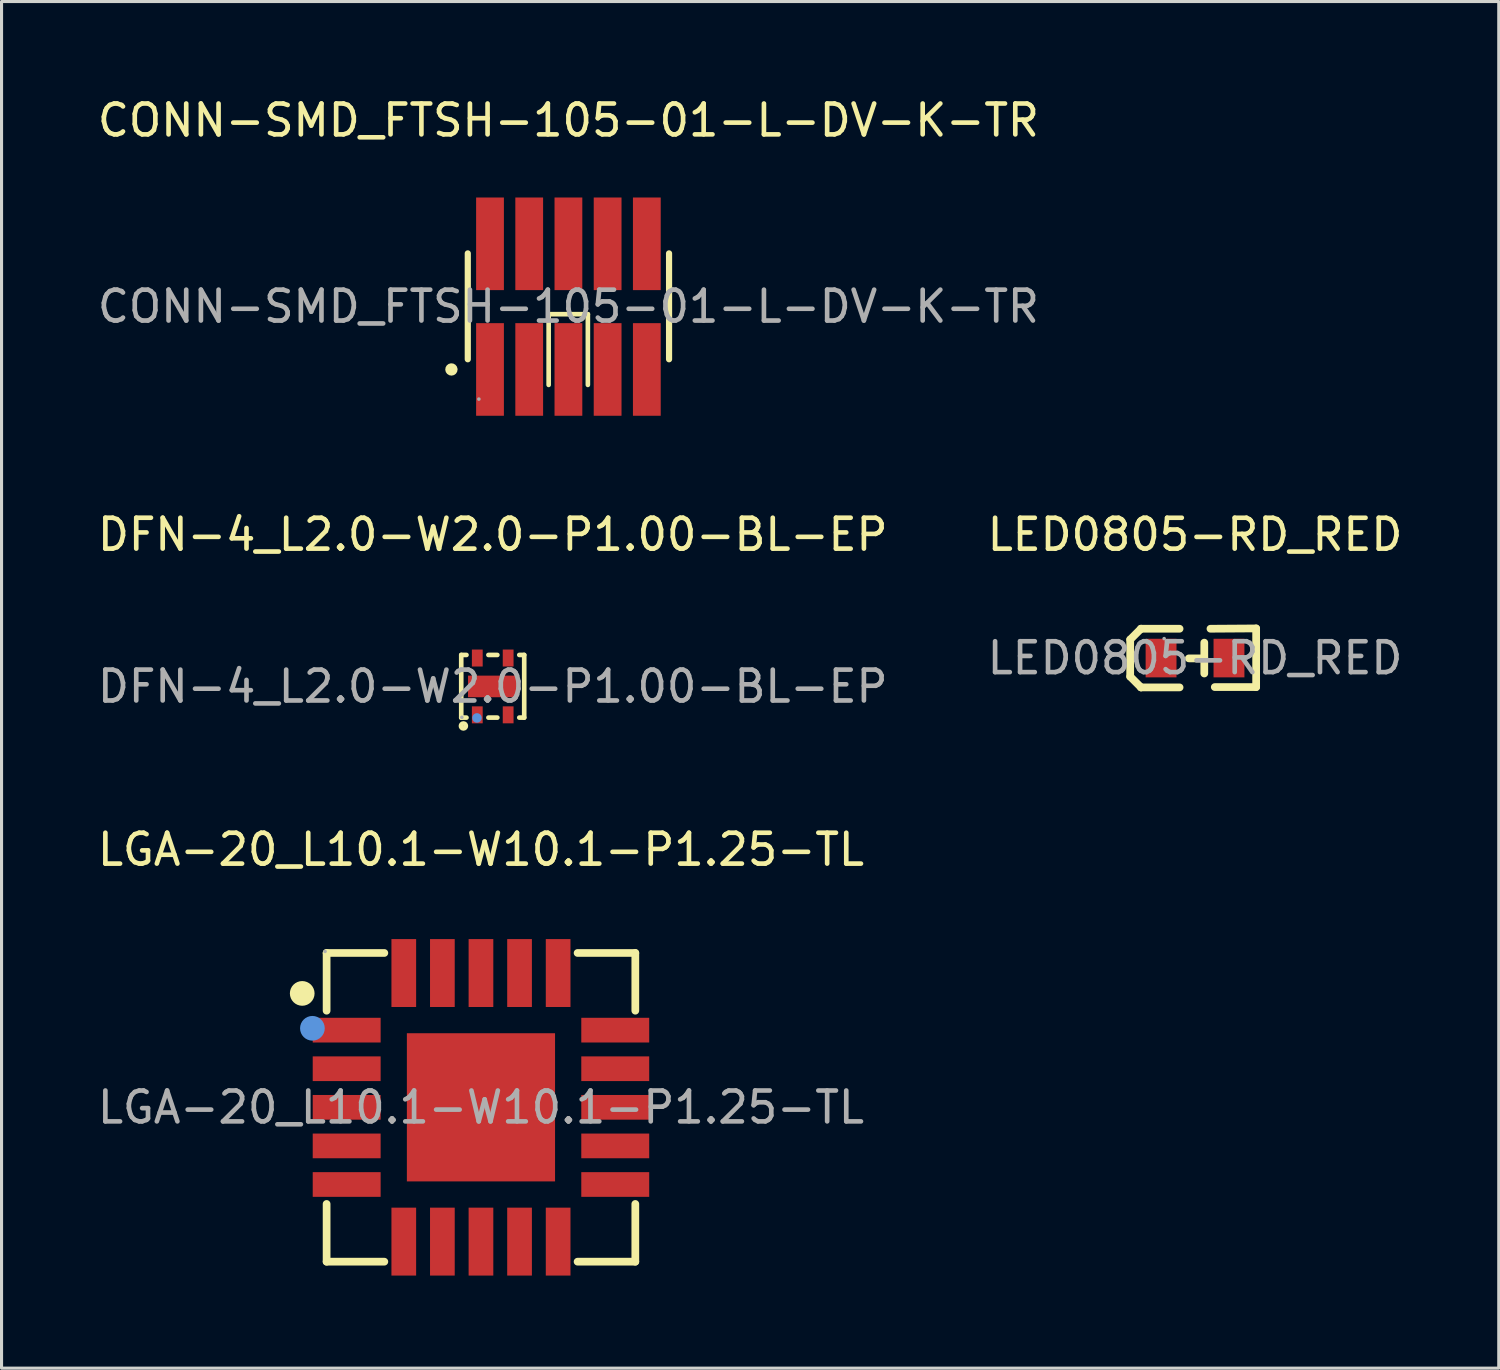
<source format=kicad_pcb>
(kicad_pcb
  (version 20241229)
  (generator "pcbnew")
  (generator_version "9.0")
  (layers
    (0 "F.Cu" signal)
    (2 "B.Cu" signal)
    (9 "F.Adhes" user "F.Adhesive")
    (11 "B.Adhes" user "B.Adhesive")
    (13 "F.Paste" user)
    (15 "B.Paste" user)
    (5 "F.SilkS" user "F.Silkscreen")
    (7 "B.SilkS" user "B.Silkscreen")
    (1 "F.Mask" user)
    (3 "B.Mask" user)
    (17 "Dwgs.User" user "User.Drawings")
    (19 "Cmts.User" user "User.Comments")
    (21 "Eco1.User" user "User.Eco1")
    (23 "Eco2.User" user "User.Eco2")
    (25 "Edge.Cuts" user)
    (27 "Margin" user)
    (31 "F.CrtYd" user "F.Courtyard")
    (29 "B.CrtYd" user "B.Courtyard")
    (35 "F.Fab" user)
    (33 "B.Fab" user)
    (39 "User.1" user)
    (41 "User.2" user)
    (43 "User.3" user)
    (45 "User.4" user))
  (footprint "LED0805-RD_RED"
    (layer "F.Cu")
    (at 35.661 18.267)
    (property "Reference" "LED0805-RD_RED" (at 0 -4 0) (layer "F.SilkS") (effects (font (size 1 1) (thickness 0.15))))
    (attr smd)
    (fp_line (start -2.1 -0.6) (end -2.1 0.6) (stroke (width 0.25) (type solid)) (layer "F.SilkS"))
    (fp_line (start -1.75 -0.95) (end -2.1 -0.6) (stroke (width 0.25) (type solid)) (layer "F.SilkS"))
    (fp_line (start -1.75 -0.95) (end -1.75 -0.95) (stroke (width 0.25) (type solid)) (layer "F.SilkS"))
    (fp_line (start -1.75 0.95) (end -2.1 0.6) (stroke (width 0.25) (type solid)) (layer "F.SilkS"))
    (fp_line (start -1.75 0.95) (end -1.75 0.95) (stroke (width 0.25) (type solid)) (layer "F.SilkS"))
    (fp_line (start -0.5 -0.95) (end -1.75 -0.95) (stroke (width 0.25) (type solid)) (layer "F.SilkS"))
    (fp_line (start -0.5 0.95) (end -1.75 0.95) (stroke (width 0.25) (type solid)) (layer "F.SilkS"))
    (fp_line (start 0.3 -0.5) (end 0.3 0.5) (stroke (width 0.25) (type solid)) (layer "F.SilkS"))
    (fp_line (start 0.3 0.01) (end -0.2 0.01) (stroke (width 0.25) (type solid)) (layer "F.SilkS"))
    (fp_line (start 0.5 -0.95) (end 1.98 -0.96) (stroke (width 0.25) (type solid)) (layer "F.SilkS"))
    (fp_line (start 0.64 0.94) (end 1.98 0.94) (stroke (width 0.25) (type solid)) (layer "F.SilkS"))
    (fp_line (start 1.98 -0.96) (end 1.98 0.94) (stroke (width 0.25) (type solid)) (layer "F.SilkS"))
    (fp_circle (center -1 -0.63) (end -0.97 -0.63) (stroke (width 0.06) (type solid)) (fill no) (layer "F.Fab"))
    (fp_text user "${REFERENCE}" (at 0 0 0) (layer "F.Fab") (effects (font (size 1 1) (thickness 0.15))))
    (pad "1" smd rect (at -1.1 0 180) (size 1 1.25) (layers "F.Cu" "F.Mask" "F.Paste"))
    (pad "2" smd rect (at 1.1 0 180) (size 1 1.25) (layers "F.Cu" "F.Mask" "F.Paste")))
  (footprint "CONN-SMD_FTSH-105-01-L-DV-K-TR"
    (layer "F.Cu")
    (at 15.363 6.878)
    (property "Reference" "CONN-SMD_FTSH-105-01-L-DV-K-TR" (at 0 -6.03 0) (layer "F.SilkS") (effects (font (size 1 1) (thickness 0.15))))
    (attr smd)
    (fp_line (start -3.26 1.71) (end -3.26 -1.72) (stroke (width 0.2) (type solid)) (layer "F.SilkS"))
    (fp_line (start -0.64 0.25) (end 0.63 0.25) (stroke (width 0.15) (type solid)) (layer "F.SilkS"))
    (fp_line (start -0.64 2.54) (end -0.64 0.25) (stroke (width 0.15) (type solid)) (layer "F.SilkS"))
    (fp_line (start 0.63 0.25) (end 0.63 2.54) (stroke (width 0.15) (type solid)) (layer "F.SilkS"))
    (fp_line (start 3.26 1.71) (end 3.26 -1.72) (stroke (width 0.2) (type solid)) (layer "F.SilkS"))
    (fp_arc (start -3.69 2.04) (mid -3.889875 2.044998) (end -3.6905 2.030016) (stroke (width 0.2) (type solid)) (layer "F.SilkS"))
    (fp_circle (center -2.9 3) (end -2.87 3) (stroke (width 0.06) (type solid)) (fill no) (layer "F.Fab"))
    (fp_text user "${REFERENCE}" (at 0 0 0) (layer "F.Fab") (effects (font (size 1 1) (thickness 0.15))))
    (pad "1" smd rect (at -2.54 2.04) (size 0.9 3) (layers "F.Cu" "F.Mask" "F.Paste"))
    (pad "2" smd rect (at -2.54 -2.03) (size 0.9 3) (layers "F.Cu" "F.Mask" "F.Paste"))
    (pad "3" smd rect (at -1.27 2.04) (size 0.9 3) (layers "F.Cu" "F.Mask" "F.Paste"))
    (pad "4" smd rect (at -1.27 -2.03) (size 0.9 3) (layers "F.Cu" "F.Mask" "F.Paste"))
    (pad "5" smd rect (at 0 2.04) (size 0.9 3) (layers "F.Cu" "F.Mask" "F.Paste"))
    (pad "6" smd rect (at 0 -2.03) (size 0.9 3) (layers "F.Cu" "F.Mask" "F.Paste"))
    (pad "7" smd rect (at 1.27 2.04) (size 0.9 3) (layers "F.Cu" "F.Mask" "F.Paste"))
    (pad "8" smd rect (at 1.27 -2.03) (size 0.9 3) (layers "F.Cu" "F.Mask" "F.Paste"))
    (pad "9" smd rect (at 2.54 2.04) (size 0.9 3) (layers "F.Cu" "F.Mask" "F.Paste"))
    (pad "10" smd rect (at 2.54 -2.03) (size 0.9 3) (layers "F.Cu" "F.Mask" "F.Paste")))
  (footprint "DFN-4_L2.0-W2.0-P1.00-BL-EP"
    (layer "F.Cu")
    (at 12.911 19.186)
    (property "Reference" "DFN-4_L2.0-W2.0-P1.00-BL-EP" (at 0 -4.92 0) (layer "F.SilkS") (effects (font (size 1 1) (thickness 0.15))))
    (attr smd)
    (fp_line (start -1.02 -1.02) (end -1.02 1.01) (stroke (width 0.15) (type solid)) (layer "F.SilkS"))
    (fp_line (start -1.02 1.01) (end -0.85 1.01) (stroke (width 0.15) (type solid)) (layer "F.SilkS"))
    (fp_line (start -0.85 -1.02) (end -1.02 -1.02) (stroke (width 0.15) (type solid)) (layer "F.SilkS"))
    (fp_line (start -0.14 1.01) (end 0.15 1.01) (stroke (width 0.15) (type solid)) (layer "F.SilkS"))
    (fp_line (start 0.15 -1.02) (end -0.14 -1.02) (stroke (width 0.15) (type solid)) (layer "F.SilkS"))
    (fp_line (start 0.86 1.01) (end 1.02 1.01) (stroke (width 0.15) (type solid)) (layer "F.SilkS"))
    (fp_line (start 1.02 -1.02) (end 0.86 -1.02) (stroke (width 0.15) (type solid)) (layer "F.SilkS"))
    (fp_line (start 1.02 1.01) (end 1.02 -1.02) (stroke (width 0.15) (type solid)) (layer "F.SilkS"))
    (fp_circle (center -0.95 1.28) (end -0.87 1.28) (stroke (width 0.15) (type solid)) (fill no) (layer "F.SilkS"))
    (fp_circle (center -0.51 1.02) (end -0.43 1.02) (stroke (width 0.15) (type solid)) (fill no) (layer "Cmts.User"))
    (fp_circle (center -1 1) (end -0.97 1) (stroke (width 0.06) (type solid)) (fill no) (layer "F.Fab"))
    (fp_text user "${REFERENCE}" (at 0 0 0) (layer "F.Fab") (effects (font (size 1 1) (thickness 0.15))))
    (pad "1" smd rect (at -0.5 0.92) (size 0.35 0.55) (layers "F.Cu" "F.Mask" "F.Paste"))
    (pad "2" smd rect (at 0.5 0.92) (size 0.35 0.55) (layers "F.Cu" "F.Mask" "F.Paste"))
    (pad "3" smd rect (at 0.5 -0.92) (size 0.35 0.55) (layers "F.Cu" "F.Mask" "F.Paste"))
    (pad "4" smd rect (at -0.5 -0.92) (size 0.35 0.55) (layers "F.Cu" "F.Mask" "F.Paste"))
    (pad "5" smd rect (at 0 0) (size 1.6 0.7) (layers "F.Cu" "F.Mask" "F.Paste")))
  (footprint "LGA-20_L10.1-W10.1-P1.25-TL"
    (layer "F.Cu")
    (at 12.53 32.82)
    (property "Reference" "LGA-20_L10.1-W10.1-P1.25-TL" (at 0 -8.35 0) (layer "F.SilkS") (effects (font (size 1 1) (thickness 0.15))))
    (attr smd)
    (fp_line (start -5 -5) (end -3.13 -5) (stroke (width 0.25) (type solid)) (layer "F.SilkS"))
    (fp_line (start -5 -3.13) (end -5 -5) (stroke (width 0.25) (type solid)) (layer "F.SilkS"))
    (fp_line (start -5 5) (end -5 3.13) (stroke (width 0.25) (type solid)) (layer "F.SilkS"))
    (fp_line (start -3.13 5) (end -5 5) (stroke (width 0.25) (type solid)) (layer "F.SilkS"))
    (fp_line (start 3.13 -5) (end 5 -5) (stroke (width 0.25) (type solid)) (layer "F.SilkS"))
    (fp_line (start 5 -5) (end 5 -3.13) (stroke (width 0.25) (type solid)) (layer "F.SilkS"))
    (fp_line (start 5 3.13) (end 5 5) (stroke (width 0.25) (type solid)) (layer "F.SilkS"))
    (fp_line (start 5 5) (end 3.13 5) (stroke (width 0.25) (type solid)) (layer "F.SilkS"))
    (fp_circle (center -5.79 -3.69) (end -5.59 -3.69) (stroke (width 0.4) (type solid)) (fill no) (layer "F.SilkS"))
    (fp_circle (center -5.46 -2.56) (end -5.26 -2.56) (stroke (width 0.4) (type solid)) (fill no) (layer "Cmts.User"))
    (fp_circle (center -5.05 -5.05) (end -5.02 -5.05) (stroke (width 0.06) (type solid)) (fill no) (layer "F.Fab"))
    (fp_text user "${REFERENCE}" (at 0 0 0) (layer "F.Fab") (effects (font (size 1 1) (thickness 0.15))))
    (pad "1" smd rect (at -4.35 -2.5) (size 2.2 0.8) (layers "F.Cu" "F.Mask" "F.Paste"))
    (pad "2" smd rect (at -4.35 -1.25) (size 2.2 0.8) (layers "F.Cu" "F.Mask" "F.Paste"))
    (pad "3" smd rect (at -4.35 0) (size 2.2 0.8) (layers "F.Cu" "F.Mask" "F.Paste"))
    (pad "4" smd rect (at -4.35 1.25) (size 2.2 0.8) (layers "F.Cu" "F.Mask" "F.Paste"))
    (pad "5" smd rect (at -4.35 2.5) (size 2.2 0.8) (layers "F.Cu" "F.Mask" "F.Paste"))
    (pad "6" smd rect (at -2.5 4.35 90) (size 2.2 0.8) (layers "F.Cu" "F.Mask" "F.Paste"))
    (pad "7" smd rect (at -1.25 4.35 90) (size 2.2 0.8) (layers "F.Cu" "F.Mask" "F.Paste"))
    (pad "8" smd rect (at 0 4.35 90) (size 2.2 0.8) (layers "F.Cu" "F.Mask" "F.Paste"))
    (pad "9" smd rect (at 1.25 4.35 90) (size 2.2 0.8) (layers "F.Cu" "F.Mask" "F.Paste"))
    (pad "10" smd rect (at 2.5 4.35 90) (size 2.2 0.8) (layers "F.Cu" "F.Mask" "F.Paste"))
    (pad "11" smd rect (at 4.35 2.5 180) (size 2.2 0.8) (layers "F.Cu" "F.Mask" "F.Paste"))
    (pad "12" smd rect (at 4.35 1.25 180) (size 2.2 0.8) (layers "F.Cu" "F.Mask" "F.Paste"))
    (pad "13" smd rect (at 4.35 0 180) (size 2.2 0.8) (layers "F.Cu" "F.Mask" "F.Paste"))
    (pad "14" smd rect (at 4.35 -1.25 180) (size 2.2 0.8) (layers "F.Cu" "F.Mask" "F.Paste"))
    (pad "15" smd rect (at 4.35 -2.5 180) (size 2.2 0.8) (layers "F.Cu" "F.Mask" "F.Paste"))
    (pad "16" smd rect (at 2.5 -4.35 270) (size 2.2 0.8) (layers "F.Cu" "F.Mask" "F.Paste"))
    (pad "17" smd rect (at 1.25 -4.35 270) (size 2.2 0.8) (layers "F.Cu" "F.Mask" "F.Paste"))
    (pad "18" smd rect (at 0 -4.35 270) (size 2.2 0.8) (layers "F.Cu" "F.Mask" "F.Paste"))
    (pad "19" smd rect (at -1.25 -4.35 270) (size 2.2 0.8) (layers "F.Cu" "F.Mask" "F.Paste"))
    (pad "20" smd rect (at -2.5 -4.35 270) (size 2.2 0.8) (layers "F.Cu" "F.Mask" "F.Paste"))
    (pad "21" smd rect (at 0 0 270) (size 4.8 4.8) (layers "F.Cu" "F.Mask" "F.Paste")))
  (gr_rect
    (start -3 -3)
    (end 45.5 41.27)
    (stroke (width 0.1) (type default))
    (fill no)
    (layer "Edge.Cuts")))
</source>
